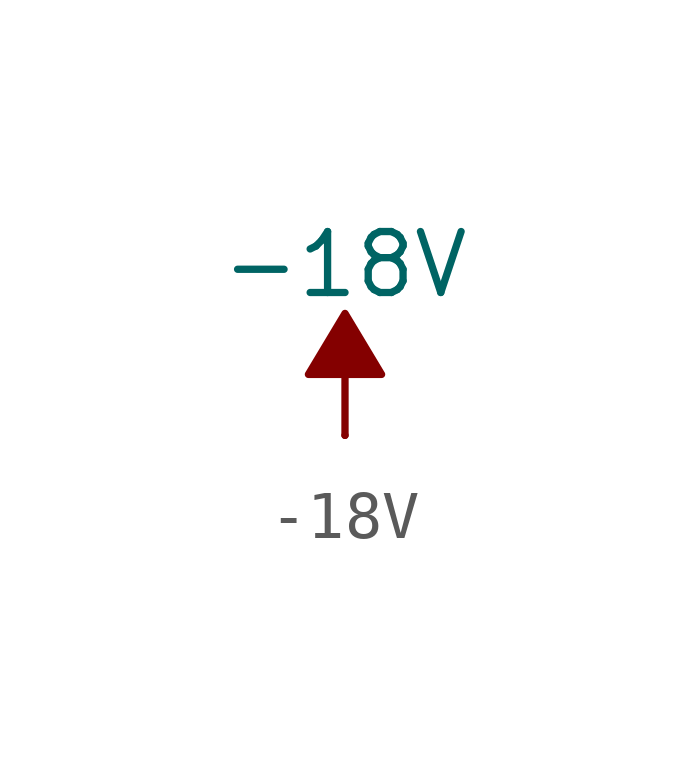
<source format=kicad_sym>
(kicad_symbol_lib
  (version 20241209)
  (generator "kicad_symbol_editor")
  (generator_version "9.0")
  (symbol "-18V"
    (power)
    (pin_numbers
      (hide yes))
    (pin_names
      (offset 0)
      (hide yes))
    (property "Reference" "#PWR"
      (at 0 -3.81 0)
      (effects (font (size 1.27 1.27)) (hide yes)))
    (property "Value" "-18V"
      (at 0 3.556 0)
      (effects (font (size 1.27 1.27))))
    (symbol "-18V_0_0"
      (pin power_in line (at 0 0 90) (length 0) (name "~" (effects (font (size 1.27 1.27)))) (number "1" (effects (font (size 1.27 1.27))))))
    (symbol "-18V_0_1"
      (polyline (pts (xy 0 0) (xy 0 1.27) (xy 0.762 1.27) (xy 0 2.54) (xy -0.762 1.27) (xy 0 1.27)) (stroke (width 0) (type default)) (fill (type outline))))))
</source>
